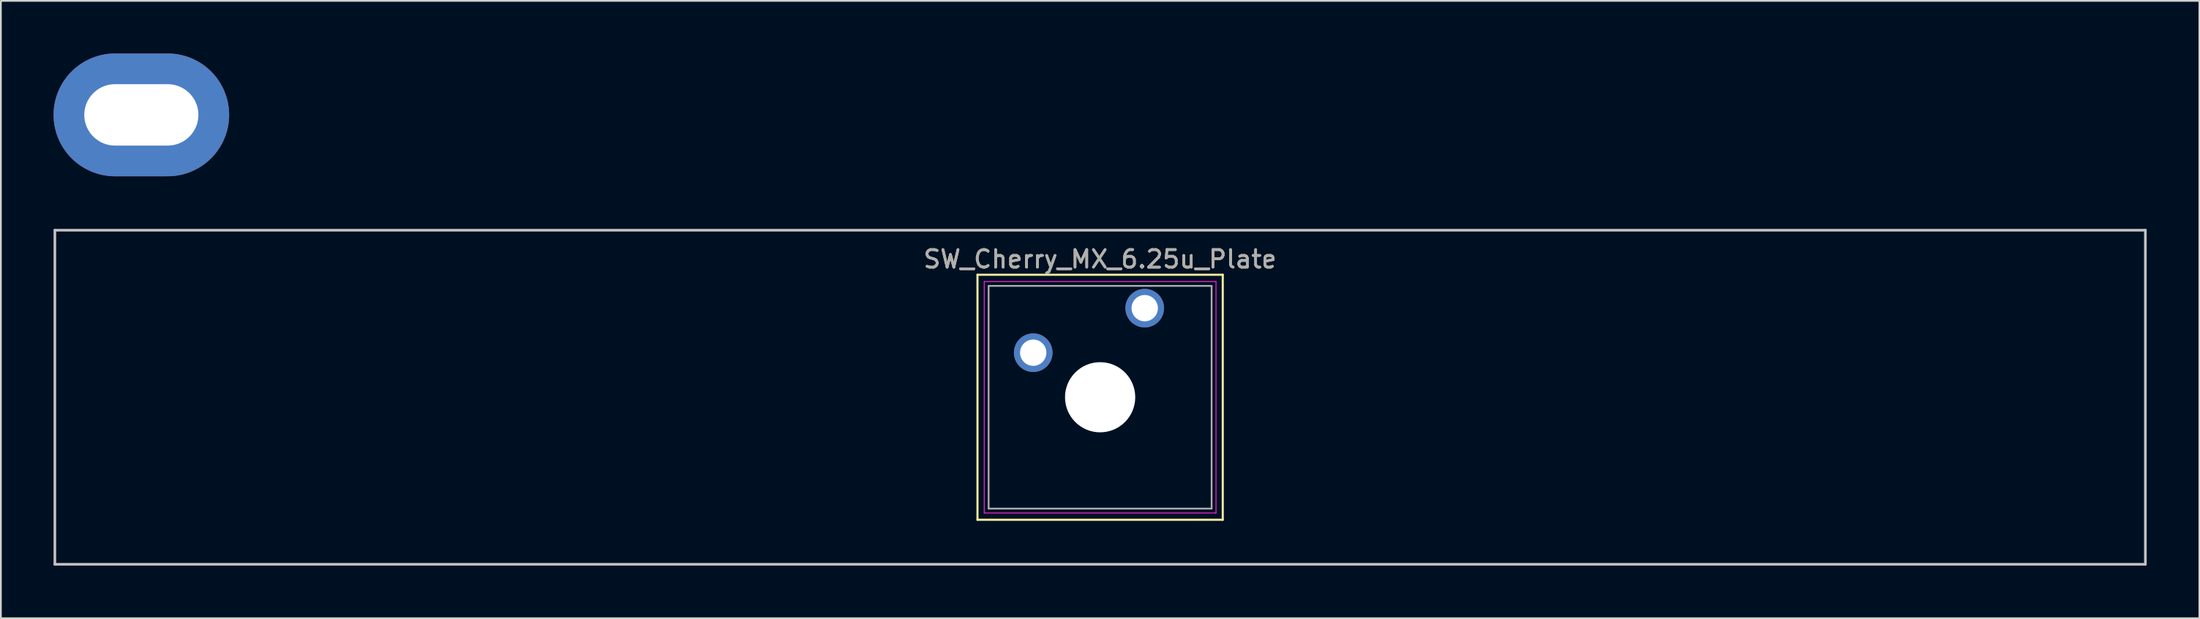
<source format=kicad_pcb>
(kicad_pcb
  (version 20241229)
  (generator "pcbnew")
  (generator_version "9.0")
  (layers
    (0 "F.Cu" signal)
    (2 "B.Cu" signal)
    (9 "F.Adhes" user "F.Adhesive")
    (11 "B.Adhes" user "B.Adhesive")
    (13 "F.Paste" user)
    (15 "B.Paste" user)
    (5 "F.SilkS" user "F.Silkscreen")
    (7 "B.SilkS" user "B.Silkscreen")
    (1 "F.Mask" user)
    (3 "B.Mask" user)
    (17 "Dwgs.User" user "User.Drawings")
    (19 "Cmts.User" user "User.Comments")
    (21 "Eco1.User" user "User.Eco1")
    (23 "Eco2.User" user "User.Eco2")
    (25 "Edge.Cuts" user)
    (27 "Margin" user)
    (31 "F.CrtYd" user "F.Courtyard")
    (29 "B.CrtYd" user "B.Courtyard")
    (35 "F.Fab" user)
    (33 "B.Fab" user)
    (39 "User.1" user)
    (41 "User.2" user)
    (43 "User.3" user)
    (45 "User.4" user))
  (footprint "SW_Cherry_MX_6.25u_Plate"
    (layer "F.Cu")
    (at 59.606 19.6)
    (property "Reference" "SW_Cherry_MX_6.25u_Plate" (at 0 -7.874 0) (layer "F.SilkS") (effects (font (size 1 1) (thickness 0.15))))
    (attr through_hole)
    (fp_line (start -6.985 -6.985) (end 6.985 -6.985) (stroke (width 0.12) (type solid)) (layer "F.SilkS"))
    (fp_line (start -6.985 6.985) (end -6.985 -6.985) (stroke (width 0.12) (type solid)) (layer "F.SilkS"))
    (fp_line (start 6.985 -6.985) (end 6.985 6.985) (stroke (width 0.12) (type solid)) (layer "F.SilkS"))
    (fp_line (start 6.985 6.985) (end -6.985 6.985) (stroke (width 0.12) (type solid)) (layer "F.SilkS"))
    (fp_line (start -59.531 -9.525) (end 59.531 -9.525) (stroke (width 0.15) (type solid)) (layer "Dwgs.User"))
    (fp_line (start -59.531 9.525) (end -59.531 -9.525) (stroke (width 0.15) (type solid)) (layer "Dwgs.User"))
    (fp_line (start 59.531 -9.525) (end 59.531 9.525) (stroke (width 0.15) (type solid)) (layer "Dwgs.User"))
    (fp_line (start 59.531 9.525) (end -59.531 9.525) (stroke (width 0.15) (type solid)) (layer "Dwgs.User"))
    (fp_line (start -6.6 -6.6) (end 6.6 -6.6) (stroke (width 0.05) (type solid)) (layer "F.CrtYd"))
    (fp_line (start -6.6 6.6) (end -6.6 -6.6) (stroke (width 0.05) (type solid)) (layer "F.CrtYd"))
    (fp_line (start 6.6 -6.6) (end 6.6 6.6) (stroke (width 0.05) (type solid)) (layer "F.CrtYd"))
    (fp_line (start 6.6 6.6) (end -6.6 6.6) (stroke (width 0.05) (type solid)) (layer "F.CrtYd"))
    (fp_line (start -6.35 -6.35) (end 6.35 -6.35) (stroke (width 0.1) (type solid)) (layer "F.Fab"))
    (fp_line (start -6.35 6.35) (end -6.35 -6.35) (stroke (width 0.1) (type solid)) (layer "F.Fab"))
    (fp_line (start 6.35 -6.35) (end 6.35 6.35) (stroke (width 0.1) (type solid)) (layer "F.Fab"))
    (fp_line (start 6.35 6.35) (end -6.35 6.35) (stroke (width 0.1) (type solid)) (layer "F.Fab"))
    (fp_text user "${REFERENCE}" (at 0 -7.874 0) (layer "F.Fab") (effects (font (size 1 1) (thickness 0.15))))
    (pad "" np_thru_hole circle (at 0 0) (size 4 4) (drill 4) (layers "*.Cu" "*.Mask"))
    (pad "1" thru_hole circle (at 2.54 -5.08) (size 2.2 2.2) (drill 1.5) (layers "*.Cu" "*.Mask"))
    (pad "2" thru_hole circle (at -3.81 -2.54) (size 2.2 2.2) (drill 1.5) (layers "*.Cu" "*.Mask")))
  (footprint "OvHole"
    (layer "F.Cu")
    (at 5 3.5)
    (property "Reference" "OvHole" (at 0 -0.5 0) (unlocked yes) (layer "F.SilkS") (effects (font (size 1 1) (thickness 0.15))))
    (pad "1" thru_hole oval (at 0 0) (size 10 7) (drill oval 6.5 3.5) (layers "*.Cu" "*.Mask")))
  (gr_rect
    (start -3 -3)
    (end 122.213 32.2)
    (stroke (width 0.1) (type default))
    (fill no)
    (layer "Edge.Cuts")))
</source>
